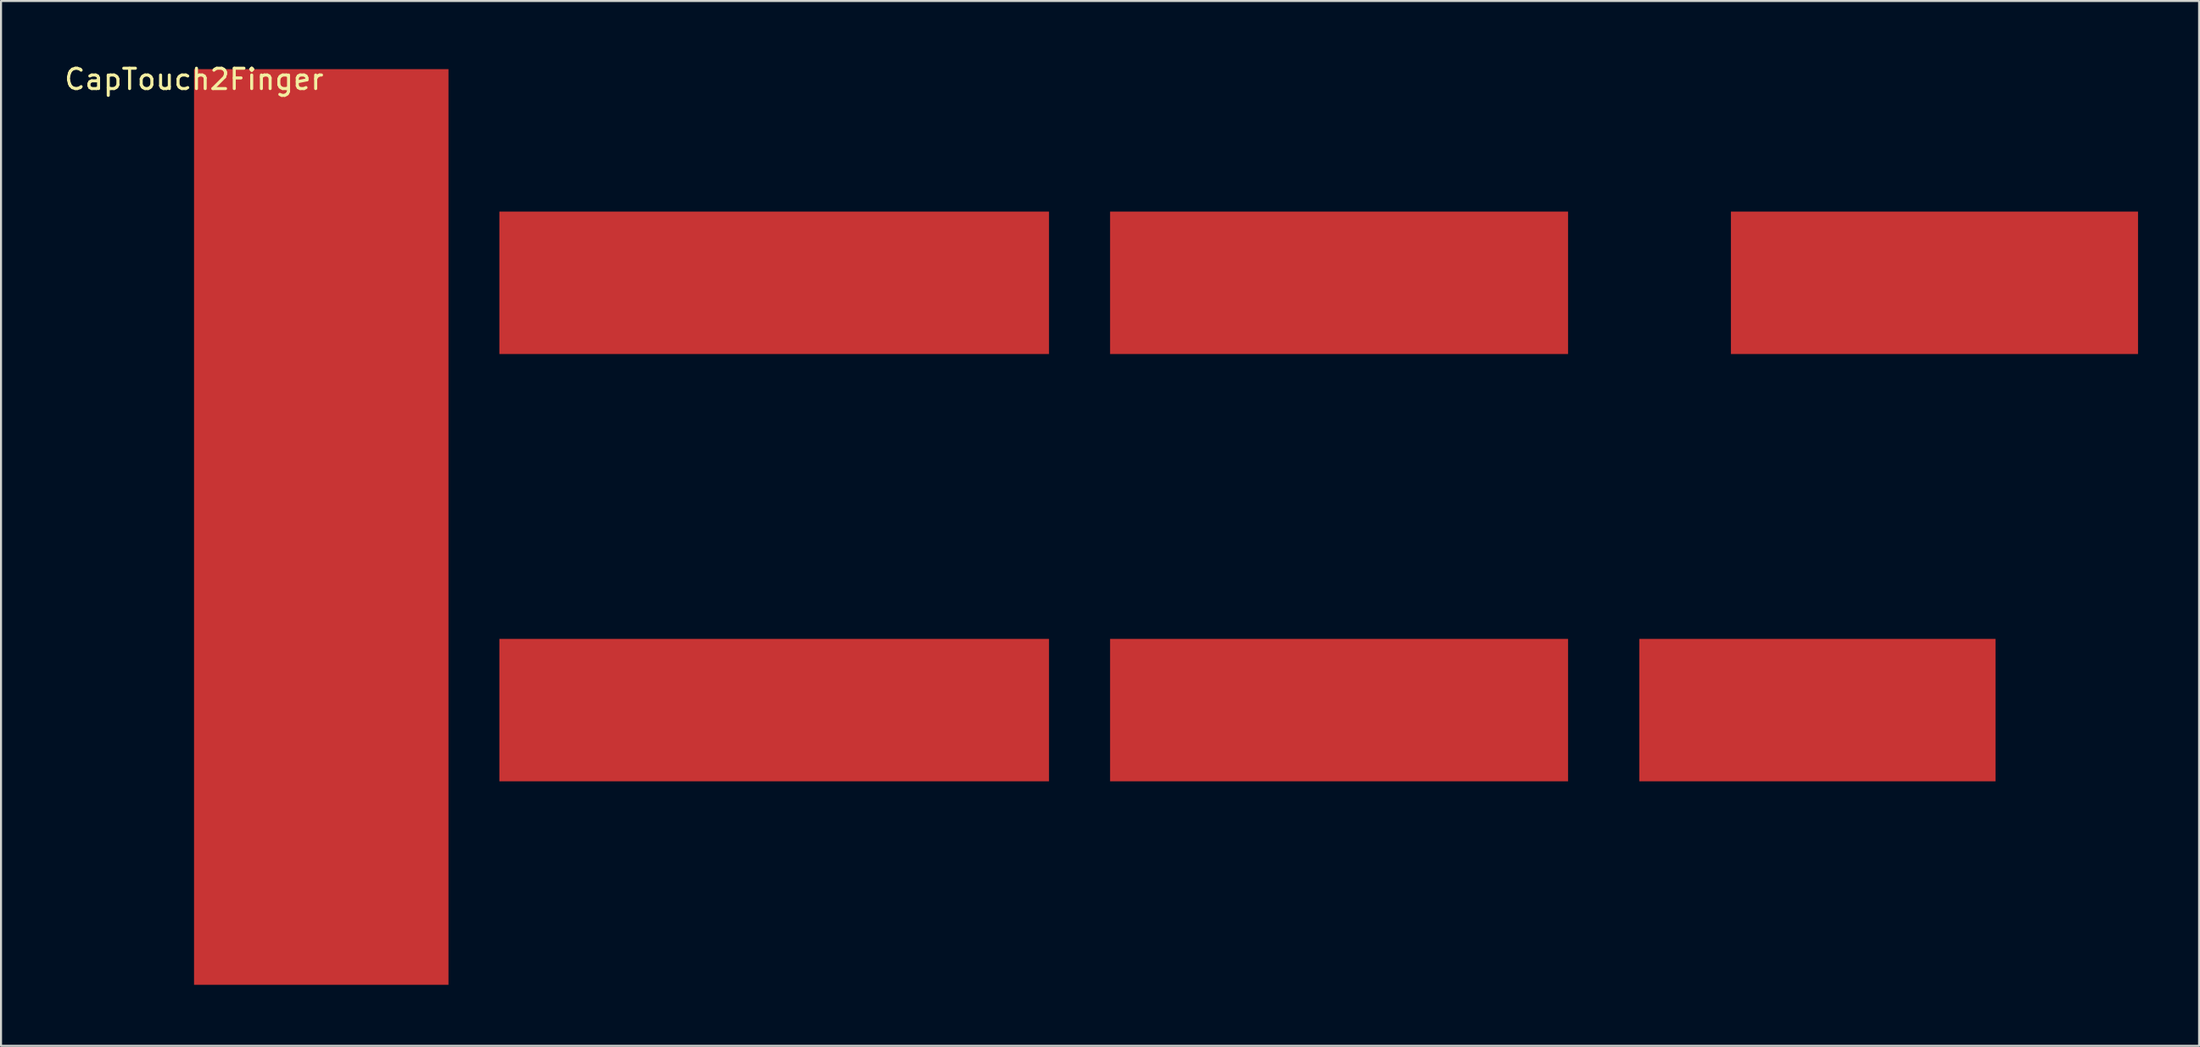
<source format=kicad_pcb>
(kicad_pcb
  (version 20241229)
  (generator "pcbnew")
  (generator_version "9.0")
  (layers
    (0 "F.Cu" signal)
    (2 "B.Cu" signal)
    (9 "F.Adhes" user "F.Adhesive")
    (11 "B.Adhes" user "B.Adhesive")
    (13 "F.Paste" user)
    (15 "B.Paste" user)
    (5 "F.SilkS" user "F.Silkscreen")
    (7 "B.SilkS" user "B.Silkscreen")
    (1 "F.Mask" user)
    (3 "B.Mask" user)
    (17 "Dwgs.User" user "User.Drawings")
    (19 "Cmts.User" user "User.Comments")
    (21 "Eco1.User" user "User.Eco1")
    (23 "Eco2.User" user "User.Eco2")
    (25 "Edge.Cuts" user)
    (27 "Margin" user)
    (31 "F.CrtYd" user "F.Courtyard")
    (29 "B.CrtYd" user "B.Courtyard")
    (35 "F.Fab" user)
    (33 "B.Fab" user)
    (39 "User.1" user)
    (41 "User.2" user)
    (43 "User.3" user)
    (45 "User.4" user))
  (footprint "CapTouch2Finger"
    (layer "F.Cu")
    (at 6.482 0.348)
    (property "Reference" "CapTouch2Finger" (at 0 0.5 0) (layer "F.SilkS") (effects (font (size 1 1) (thickness 0.15))))
    (attr through_hole)
    (pad "1" smd rect (at 12.5 0) (size 12.5 45) (drill (offset -6.25 22.5)) (layers "F.Cu" "F.Mask" "F.Paste"))
    (pad "2" smd rect (at 28.5 10.5) (size 27 7) (layers "F.Cu" "F.Mask" "F.Paste"))
    (pad "3" smd rect (at 56.25 10.5) (size 22.5 7) (layers "F.Cu" "F.Mask" "F.Paste"))
    (pad "4" smd rect (at 85.5 10.5) (size 20 7) (layers "F.Cu" "F.Mask" "F.Paste"))
    (pad "5" smd rect (at 79.75 31.5) (size 17.5 7) (layers "F.Cu" "F.Mask" "F.Paste"))
    (pad "6" smd rect (at 56.25 31.5) (size 22.5 7) (layers "F.Cu" "F.Mask" "F.Paste"))
    (pad "7" smd rect (at 28.5 31.5) (size 27 7) (layers "F.Cu" "F.Mask" "F.Paste")))
  (gr_rect
    (start -3 -3)
    (end 104.982 48.348)
    (stroke (width 0.1) (type default))
    (fill no)
    (layer "Edge.Cuts")))
</source>
